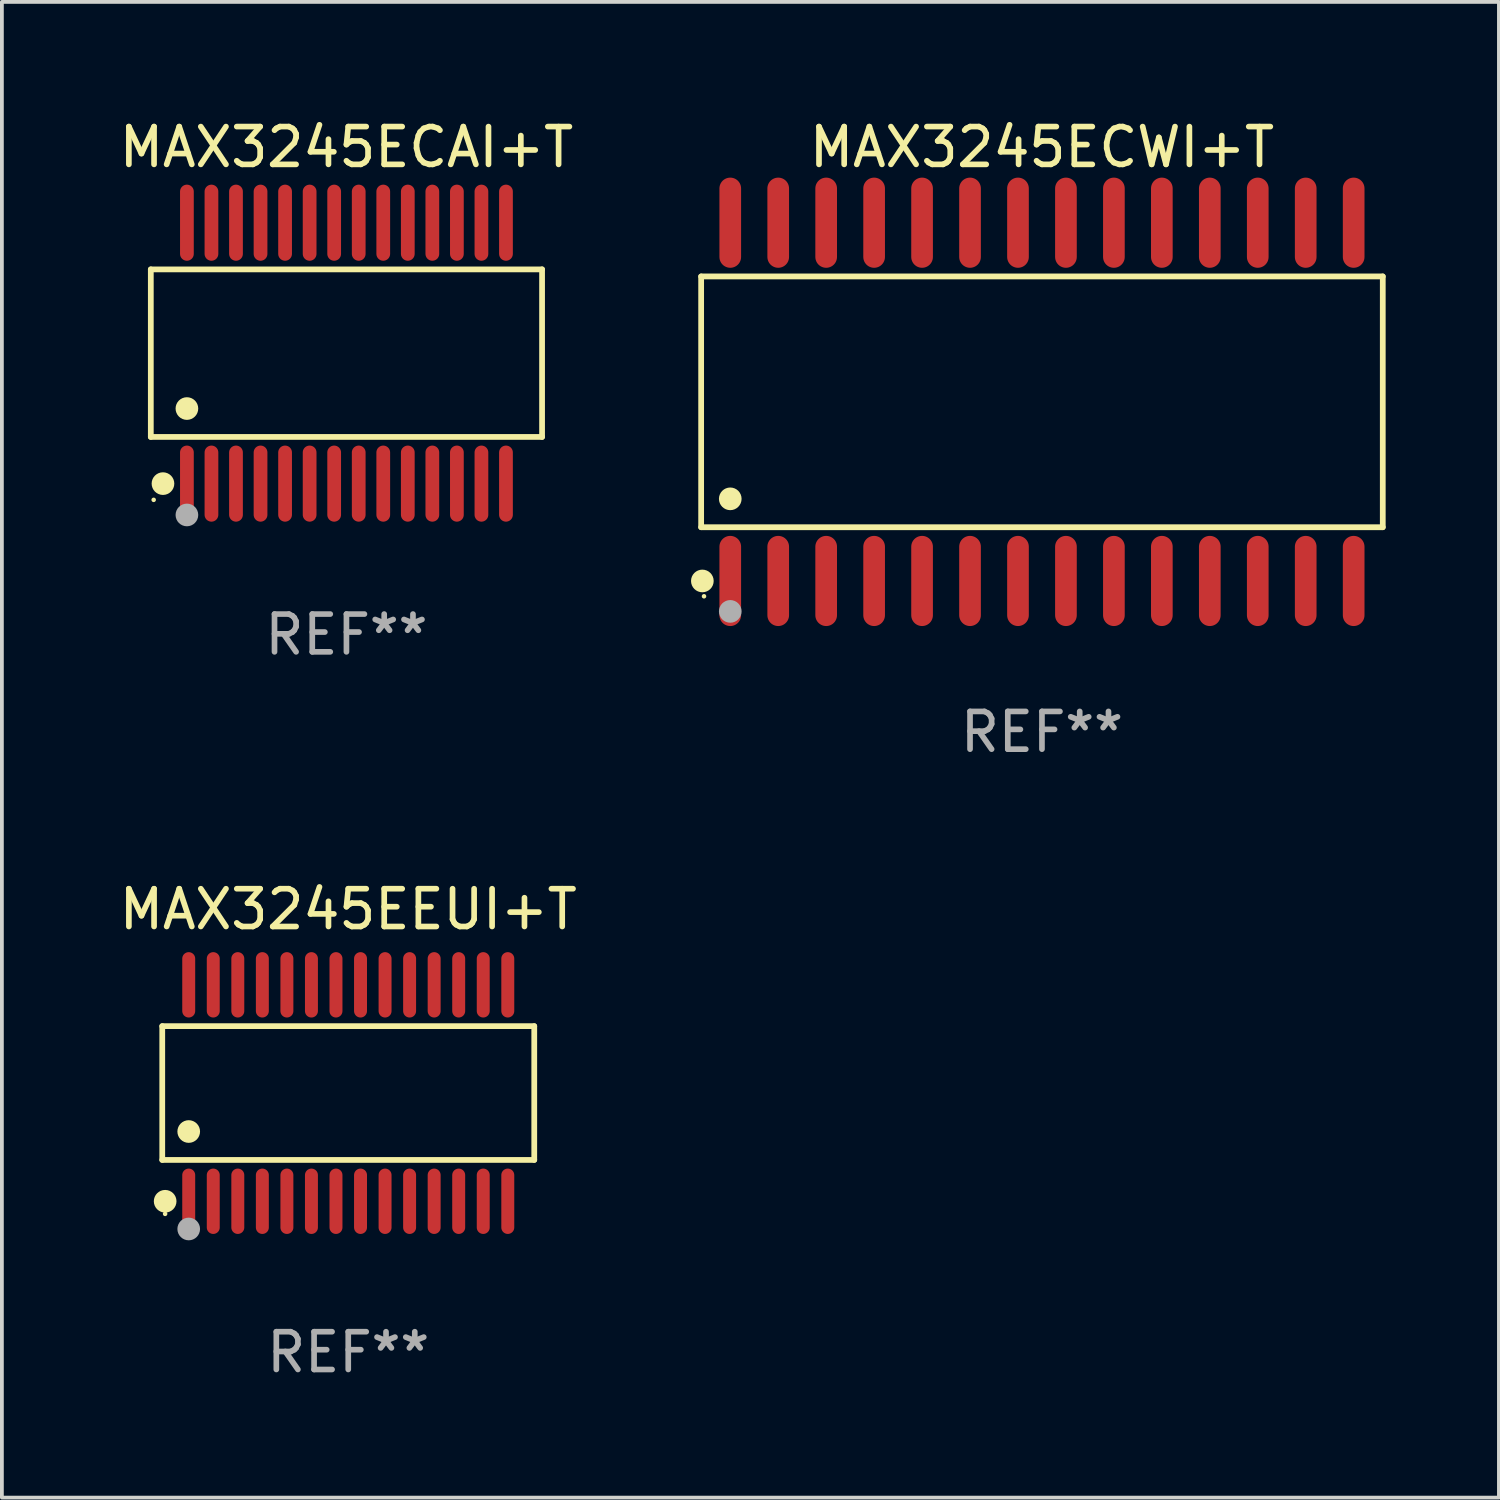
<source format=kicad_pcb>
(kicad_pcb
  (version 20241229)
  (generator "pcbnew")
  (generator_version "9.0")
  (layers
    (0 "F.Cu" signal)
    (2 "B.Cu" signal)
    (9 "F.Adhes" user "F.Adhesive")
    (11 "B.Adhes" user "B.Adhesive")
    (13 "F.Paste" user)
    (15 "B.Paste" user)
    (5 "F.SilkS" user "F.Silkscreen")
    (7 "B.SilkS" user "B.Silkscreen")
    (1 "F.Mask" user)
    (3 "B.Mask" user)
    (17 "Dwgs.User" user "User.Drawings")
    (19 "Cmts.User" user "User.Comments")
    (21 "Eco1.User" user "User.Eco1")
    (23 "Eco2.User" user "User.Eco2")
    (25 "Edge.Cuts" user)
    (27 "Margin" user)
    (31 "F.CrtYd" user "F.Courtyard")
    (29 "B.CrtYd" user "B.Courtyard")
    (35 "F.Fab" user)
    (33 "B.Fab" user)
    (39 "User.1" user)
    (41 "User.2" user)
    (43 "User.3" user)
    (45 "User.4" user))
  (footprint "MAX3245EEUI+T"
    (layer "F.Cu")
    (at 6.173 25.898)
    (property "Reference" "MAX3245EEUI+T" (at 0 -4.866 0) (layer "F.SilkS") (effects (font (size 1 1) (thickness 0.15))))
    (attr through_hole)
    (fp_line (start -4.926 -1.772) (end 4.926 -1.772) (stroke (width 0.152) (type solid)) (layer "F.SilkS"))
    (fp_line (start -4.926 1.771) (end -4.926 -1.772) (stroke (width 0.152) (type solid)) (layer "F.SilkS"))
    (fp_line (start 4.926 -1.772) (end 4.926 1.771) (stroke (width 0.152) (type solid)) (layer "F.SilkS"))
    (fp_line (start 4.926 1.771) (end -4.926 1.771) (stroke (width 0.152) (type solid)) (layer "F.SilkS"))
    (fp_circle (center -4.85 3.2) (end -4.82 3.2) (stroke (width 0.06) (type solid)) (fill no) (layer "F.SilkS"))
    (fp_circle (center -4.849 2.866) (end -4.699 2.866) (stroke (width 0.3) (type solid)) (fill no) (layer "F.SilkS"))
    (fp_circle (center -4.225 1.019) (end -4.075 1.019) (stroke (width 0.3) (type solid)) (fill no) (layer "F.SilkS"))
    (fp_circle (center -4.225 3.6) (end -4.075 3.6) (stroke (width 0.3) (type solid)) (fill no) (layer "F.Fab"))
    (fp_text user "REF**" (at 0 6.866 0) (layer "F.Fab") (effects (font (size 1 1) (thickness 0.15))))
    (pad "1" smd oval (at -4.225 2.866) (size 0.343 1.731) (layers "F.Cu" "F.Mask" "F.Paste"))
    (pad "2" smd oval (at -3.575 2.866) (size 0.343 1.731) (layers "F.Cu" "F.Mask" "F.Paste"))
    (pad "3" smd oval (at -2.925 2.866) (size 0.343 1.731) (layers "F.Cu" "F.Mask" "F.Paste"))
    (pad "4" smd oval (at -2.275 2.866) (size 0.343 1.731) (layers "F.Cu" "F.Mask" "F.Paste"))
    (pad "5" smd oval (at -1.625 2.866) (size 0.343 1.731) (layers "F.Cu" "F.Mask" "F.Paste"))
    (pad "6" smd oval (at -0.975 2.866) (size 0.343 1.731) (layers "F.Cu" "F.Mask" "F.Paste"))
    (pad "7" smd oval (at -0.325 2.866) (size 0.343 1.731) (layers "F.Cu" "F.Mask" "F.Paste"))
    (pad "8" smd oval (at 0.325 2.866) (size 0.343 1.731) (layers "F.Cu" "F.Mask" "F.Paste"))
    (pad "9" smd oval (at 0.975 2.866) (size 0.343 1.731) (layers "F.Cu" "F.Mask" "F.Paste"))
    (pad "10" smd oval (at 1.625 2.866) (size 0.343 1.731) (layers "F.Cu" "F.Mask" "F.Paste"))
    (pad "11" smd oval (at 2.275 2.866) (size 0.343 1.731) (layers "F.Cu" "F.Mask" "F.Paste"))
    (pad "12" smd oval (at 2.925 2.866) (size 0.343 1.731) (layers "F.Cu" "F.Mask" "F.Paste"))
    (pad "13" smd oval (at 3.575 2.866) (size 0.343 1.731) (layers "F.Cu" "F.Mask" "F.Paste"))
    (pad "14" smd oval (at 4.225 2.866) (size 0.343 1.731) (layers "F.Cu" "F.Mask" "F.Paste"))
    (pad "15" smd oval (at 4.225 -2.866) (size 0.343 1.731) (layers "F.Cu" "F.Mask" "F.Paste"))
    (pad "16" smd oval (at 3.575 -2.866) (size 0.343 1.731) (layers "F.Cu" "F.Mask" "F.Paste"))
    (pad "17" smd oval (at 2.925 -2.866) (size 0.343 1.731) (layers "F.Cu" "F.Mask" "F.Paste"))
    (pad "18" smd oval (at 2.275 -2.866) (size 0.343 1.731) (layers "F.Cu" "F.Mask" "F.Paste"))
    (pad "19" smd oval (at 1.625 -2.866) (size 0.343 1.731) (layers "F.Cu" "F.Mask" "F.Paste"))
    (pad "20" smd oval (at 0.975 -2.866) (size 0.343 1.731) (layers "F.Cu" "F.Mask" "F.Paste"))
    (pad "21" smd oval (at 0.325 -2.866) (size 0.343 1.731) (layers "F.Cu" "F.Mask" "F.Paste"))
    (pad "22" smd oval (at -0.325 -2.866) (size 0.343 1.731) (layers "F.Cu" "F.Mask" "F.Paste"))
    (pad "23" smd oval (at -0.975 -2.866) (size 0.343 1.731) (layers "F.Cu" "F.Mask" "F.Paste"))
    (pad "24" smd oval (at -1.625 -2.866) (size 0.343 1.731) (layers "F.Cu" "F.Mask" "F.Paste"))
    (pad "25" smd oval (at -2.275 -2.866) (size 0.343 1.731) (layers "F.Cu" "F.Mask" "F.Paste"))
    (pad "26" smd oval (at -2.925 -2.866) (size 0.343 1.731) (layers "F.Cu" "F.Mask" "F.Paste"))
    (pad "27" smd oval (at -3.575 -2.866) (size 0.343 1.731) (layers "F.Cu" "F.Mask" "F.Paste"))
    (pad "28" smd oval (at -4.225 -2.866) (size 0.343 1.731) (layers "F.Cu" "F.Mask" "F.Paste")))
  (footprint "MAX3245ECWI+T"
    (layer "F.Cu")
    (at 24.545 7.592)
    (property "Reference" "MAX3245ECWI+T" (at 0 -6.744 0) (layer "F.SilkS") (effects (font (size 1 1) (thickness 0.15))))
    (attr through_hole)
    (fp_line (start -9.026 -3.321) (end 9.026 -3.321) (stroke (width 0.152) (type solid)) (layer "F.SilkS"))
    (fp_line (start -9.026 3.321) (end -9.026 -3.321) (stroke (width 0.152) (type solid)) (layer "F.SilkS"))
    (fp_line (start 9.026 -3.321) (end 9.026 3.321) (stroke (width 0.152) (type solid)) (layer "F.SilkS"))
    (fp_line (start 9.026 3.321) (end -9.026 3.321) (stroke (width 0.152) (type solid)) (layer "F.SilkS"))
    (fp_circle (center -8.994 4.744) (end -8.844 4.744) (stroke (width 0.3) (type solid)) (fill no) (layer "F.SilkS"))
    (fp_circle (center -8.95 5.15) (end -8.92 5.15) (stroke (width 0.06) (type solid)) (fill no) (layer "F.SilkS"))
    (fp_circle (center -8.255 2.569) (end -8.105 2.569) (stroke (width 0.3) (type solid)) (fill no) (layer "F.SilkS"))
    (fp_circle (center -8.255 5.55) (end -8.105 5.55) (stroke (width 0.3) (type solid)) (fill no) (layer "F.Fab"))
    (fp_text user "REF**" (at 0 8.744 0) (layer "F.Fab") (effects (font (size 1 1) (thickness 0.15))))
    (pad "1" smd oval (at -8.255 4.744) (size 0.574 2.388) (layers "F.Cu" "F.Mask" "F.Paste"))
    (pad "2" smd oval (at -6.985 4.744) (size 0.574 2.388) (layers "F.Cu" "F.Mask" "F.Paste"))
    (pad "3" smd oval (at -5.715 4.744) (size 0.574 2.388) (layers "F.Cu" "F.Mask" "F.Paste"))
    (pad "4" smd oval (at -4.445 4.744) (size 0.574 2.388) (layers "F.Cu" "F.Mask" "F.Paste"))
    (pad "5" smd oval (at -3.175 4.744) (size 0.574 2.388) (layers "F.Cu" "F.Mask" "F.Paste"))
    (pad "6" smd oval (at -1.905 4.744) (size 0.574 2.388) (layers "F.Cu" "F.Mask" "F.Paste"))
    (pad "7" smd oval (at -0.635 4.744) (size 0.574 2.388) (layers "F.Cu" "F.Mask" "F.Paste"))
    (pad "8" smd oval (at 0.635 4.744) (size 0.574 2.388) (layers "F.Cu" "F.Mask" "F.Paste"))
    (pad "9" smd oval (at 1.905 4.744) (size 0.574 2.388) (layers "F.Cu" "F.Mask" "F.Paste"))
    (pad "10" smd oval (at 3.175 4.744) (size 0.574 2.388) (layers "F.Cu" "F.Mask" "F.Paste"))
    (pad "11" smd oval (at 4.445 4.744) (size 0.574 2.388) (layers "F.Cu" "F.Mask" "F.Paste"))
    (pad "12" smd oval (at 5.715 4.744) (size 0.574 2.388) (layers "F.Cu" "F.Mask" "F.Paste"))
    (pad "13" smd oval (at 6.985 4.744) (size 0.574 2.388) (layers "F.Cu" "F.Mask" "F.Paste"))
    (pad "14" smd oval (at 8.255 4.744) (size 0.574 2.388) (layers "F.Cu" "F.Mask" "F.Paste"))
    (pad "15" smd oval (at 8.255 -4.744) (size 0.574 2.388) (layers "F.Cu" "F.Mask" "F.Paste"))
    (pad "16" smd oval (at 6.985 -4.744) (size 0.574 2.388) (layers "F.Cu" "F.Mask" "F.Paste"))
    (pad "17" smd oval (at 5.715 -4.744) (size 0.574 2.388) (layers "F.Cu" "F.Mask" "F.Paste"))
    (pad "18" smd oval (at 4.445 -4.744) (size 0.574 2.388) (layers "F.Cu" "F.Mask" "F.Paste"))
    (pad "19" smd oval (at 3.175 -4.744) (size 0.574 2.388) (layers "F.Cu" "F.Mask" "F.Paste"))
    (pad "20" smd oval (at 1.905 -4.744) (size 0.574 2.388) (layers "F.Cu" "F.Mask" "F.Paste"))
    (pad "21" smd oval (at 0.635 -4.744) (size 0.574 2.388) (layers "F.Cu" "F.Mask" "F.Paste"))
    (pad "22" smd oval (at -0.635 -4.744) (size 0.574 2.388) (layers "F.Cu" "F.Mask" "F.Paste"))
    (pad "23" smd oval (at -1.905 -4.744) (size 0.574 2.388) (layers "F.Cu" "F.Mask" "F.Paste"))
    (pad "24" smd oval (at -3.175 -4.744) (size 0.574 2.388) (layers "F.Cu" "F.Mask" "F.Paste"))
    (pad "25" smd oval (at -4.445 -4.744) (size 0.574 2.388) (layers "F.Cu" "F.Mask" "F.Paste"))
    (pad "26" smd oval (at -5.715 -4.744) (size 0.574 2.388) (layers "F.Cu" "F.Mask" "F.Paste"))
    (pad "27" smd oval (at -6.985 -4.744) (size 0.574 2.388) (layers "F.Cu" "F.Mask" "F.Paste"))
    (pad "28" smd oval (at -8.255 -4.744) (size 0.574 2.388) (layers "F.Cu" "F.Mask" "F.Paste")))
  (footprint "MAX3245ECAI+T"
    (layer "F.Cu")
    (at 6.125 6.303)
    (property "Reference" "MAX3245ECAI+T" (at 0 -5.455 0) (layer "F.SilkS") (effects (font (size 1 1) (thickness 0.15))))
    (attr through_hole)
    (fp_line (start -5.181 -2.219) (end 5.181 -2.219) (stroke (width 0.152) (type solid)) (layer "F.SilkS"))
    (fp_line (start -5.181 2.219) (end -5.181 -2.219) (stroke (width 0.152) (type solid)) (layer "F.SilkS"))
    (fp_line (start 5.181 -2.219) (end 5.181 2.219) (stroke (width 0.152) (type solid)) (layer "F.SilkS"))
    (fp_line (start 5.181 2.219) (end -5.181 2.219) (stroke (width 0.152) (type solid)) (layer "F.SilkS"))
    (fp_circle (center -5.105 3.885) (end -5.075 3.885) (stroke (width 0.06) (type solid)) (fill no) (layer "F.SilkS"))
    (fp_circle (center -4.859 3.455) (end -4.709 3.455) (stroke (width 0.3) (type solid)) (fill no) (layer "F.SilkS"))
    (fp_circle (center -4.225 1.467) (end -4.075 1.467) (stroke (width 0.3) (type solid)) (fill no) (layer "F.SilkS"))
    (fp_circle (center -4.225 4.285) (end -4.075 4.285) (stroke (width 0.3) (type solid)) (fill no) (layer "F.Fab"))
    (fp_text user "REF**" (at 0 7.455 0) (layer "F.Fab") (effects (font (size 1 1) (thickness 0.15))))
    (pad "1" smd oval (at -4.225 3.455) (size 0.364 2.015) (layers "F.Cu" "F.Mask" "F.Paste"))
    (pad "2" smd oval (at -3.575 3.455) (size 0.364 2.015) (layers "F.Cu" "F.Mask" "F.Paste"))
    (pad "3" smd oval (at -2.925 3.455) (size 0.364 2.015) (layers "F.Cu" "F.Mask" "F.Paste"))
    (pad "4" smd oval (at -2.275 3.455) (size 0.364 2.015) (layers "F.Cu" "F.Mask" "F.Paste"))
    (pad "5" smd oval (at -1.625 3.455) (size 0.364 2.015) (layers "F.Cu" "F.Mask" "F.Paste"))
    (pad "6" smd oval (at -0.975 3.455) (size 0.364 2.015) (layers "F.Cu" "F.Mask" "F.Paste"))
    (pad "7" smd oval (at -0.325 3.455) (size 0.364 2.015) (layers "F.Cu" "F.Mask" "F.Paste"))
    (pad "8" smd oval (at 0.325 3.455) (size 0.364 2.015) (layers "F.Cu" "F.Mask" "F.Paste"))
    (pad "9" smd oval (at 0.975 3.455) (size 0.364 2.015) (layers "F.Cu" "F.Mask" "F.Paste"))
    (pad "10" smd oval (at 1.625 3.455) (size 0.364 2.015) (layers "F.Cu" "F.Mask" "F.Paste"))
    (pad "11" smd oval (at 2.275 3.455) (size 0.364 2.015) (layers "F.Cu" "F.Mask" "F.Paste"))
    (pad "12" smd oval (at 2.925 3.455) (size 0.364 2.015) (layers "F.Cu" "F.Mask" "F.Paste"))
    (pad "13" smd oval (at 3.575 3.455) (size 0.364 2.015) (layers "F.Cu" "F.Mask" "F.Paste"))
    (pad "14" smd oval (at 4.225 3.455) (size 0.364 2.015) (layers "F.Cu" "F.Mask" "F.Paste"))
    (pad "15" smd oval (at 4.225 -3.455) (size 0.364 2.015) (layers "F.Cu" "F.Mask" "F.Paste"))
    (pad "16" smd oval (at 3.575 -3.455) (size 0.364 2.015) (layers "F.Cu" "F.Mask" "F.Paste"))
    (pad "17" smd oval (at 2.925 -3.455) (size 0.364 2.015) (layers "F.Cu" "F.Mask" "F.Paste"))
    (pad "18" smd oval (at 2.275 -3.455) (size 0.364 2.015) (layers "F.Cu" "F.Mask" "F.Paste"))
    (pad "19" smd oval (at 1.625 -3.455) (size 0.364 2.015) (layers "F.Cu" "F.Mask" "F.Paste"))
    (pad "20" smd oval (at 0.975 -3.455) (size 0.364 2.015) (layers "F.Cu" "F.Mask" "F.Paste"))
    (pad "21" smd oval (at 0.325 -3.455) (size 0.364 2.015) (layers "F.Cu" "F.Mask" "F.Paste"))
    (pad "22" smd oval (at -0.325 -3.455) (size 0.364 2.015) (layers "F.Cu" "F.Mask" "F.Paste"))
    (pad "23" smd oval (at -0.975 -3.455) (size 0.364 2.015) (layers "F.Cu" "F.Mask" "F.Paste"))
    (pad "24" smd oval (at -1.625 -3.455) (size 0.364 2.015) (layers "F.Cu" "F.Mask" "F.Paste"))
    (pad "25" smd oval (at -2.275 -3.455) (size 0.364 2.015) (layers "F.Cu" "F.Mask" "F.Paste"))
    (pad "26" smd oval (at -2.925 -3.455) (size 0.364 2.015) (layers "F.Cu" "F.Mask" "F.Paste"))
    (pad "27" smd oval (at -3.575 -3.455) (size 0.364 2.015) (layers "F.Cu" "F.Mask" "F.Paste"))
    (pad "28" smd oval (at -4.225 -3.455) (size 0.364 2.015) (layers "F.Cu" "F.Mask" "F.Paste")))
  (gr_rect
    (start -3 -3)
    (end 36.647 36.612)
    (stroke (width 0.1) (type default))
    (fill no)
    (layer "Edge.Cuts")))
</source>
